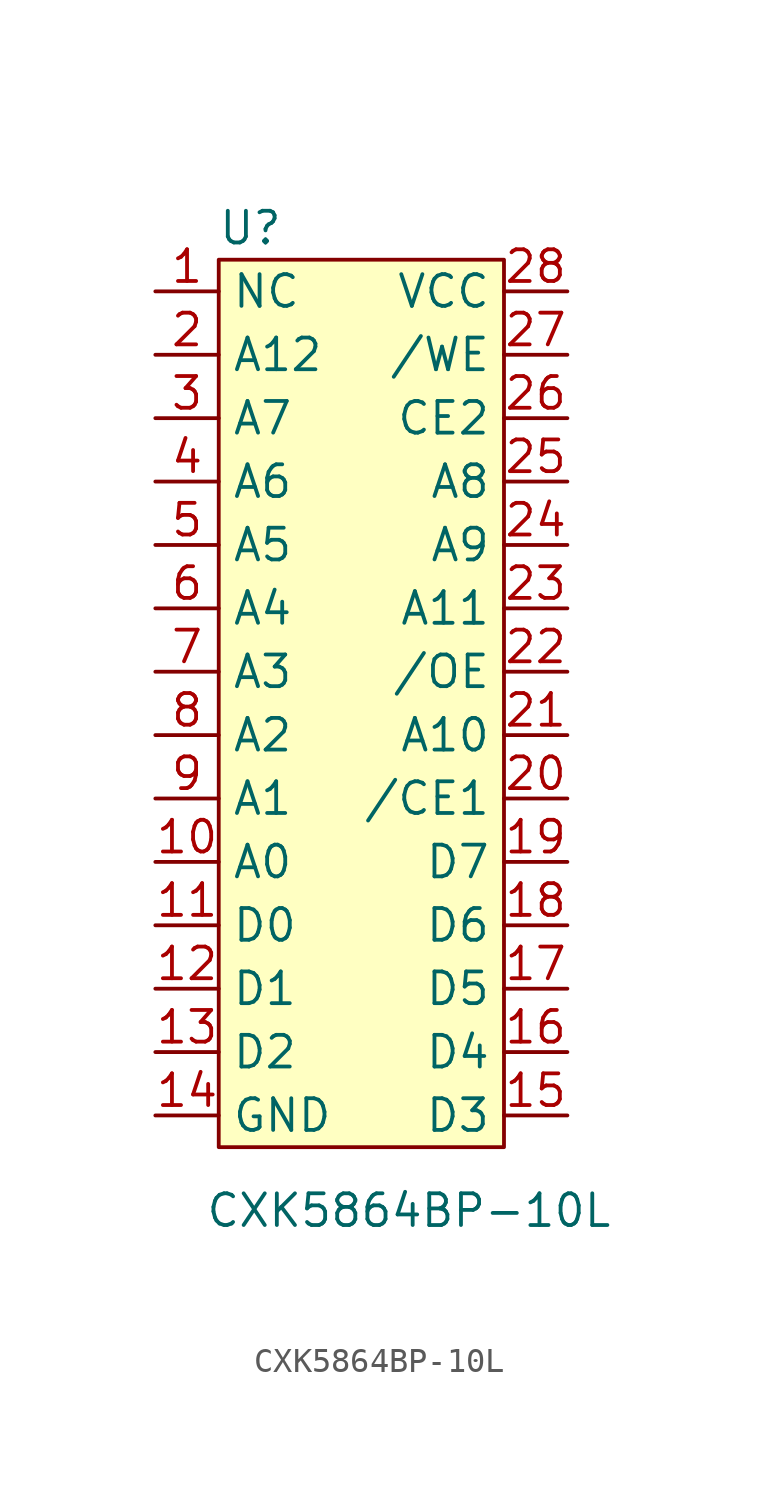
<source format=kicad_sym>
(kicad_symbol_lib
  (version 20211014)
  (generator kicad_symbol_editor)
  (symbol "CXK5864BP-10L"
    (property "Reference" "U"
      (at 1.27 36.83 0)
      (effects (font (size 1.27 1.27))))
    (property "Value" "CXK5864BP-10L"
      (at 7.62 -2.54 0)
      (effects (font (size 1.27 1.27))))
    (symbol "CXK5864BP-10L_0_1"
      (rectangle (start 0 35.56) (end 11.43 0) (stroke (width 0) (type default) (color 0 0 0 0)) (fill (type background))))
    (symbol "CXK5864BP-10L_1_1"
      (pin input line (at -2.54 34.29 0) (length 2.54) (name "NC" (effects (font (size 1.27 1.27)))) (number "1" (effects (font (size 1.27 1.27)))))
      (pin input line (at -2.54 11.43 0) (length 2.54) (name "A0" (effects (font (size 1.27 1.27)))) (number "10" (effects (font (size 1.27 1.27)))))
      (pin input line (at -2.54 8.89 0) (length 2.54) (name "D0" (effects (font (size 1.27 1.27)))) (number "11" (effects (font (size 1.27 1.27)))))
      (pin input line (at -2.54 6.35 0) (length 2.54) (name "D1" (effects (font (size 1.27 1.27)))) (number "12" (effects (font (size 1.27 1.27)))))
      (pin input line (at -2.54 3.81 0) (length 2.54) (name "D2" (effects (font (size 1.27 1.27)))) (number "13" (effects (font (size 1.27 1.27)))))
      (pin input line (at -2.54 1.27 0) (length 2.54) (name "GND" (effects (font (size 1.27 1.27)))) (number "14" (effects (font (size 1.27 1.27)))))
      (pin input line (at 13.97 1.27 180) (length 2.54) (name "D3" (effects (font (size 1.27 1.27)))) (number "15" (effects (font (size 1.27 1.27)))))
      (pin input line (at 13.97 3.81 180) (length 2.54) (name "D4" (effects (font (size 1.27 1.27)))) (number "16" (effects (font (size 1.27 1.27)))))
      (pin input line (at 13.97 6.35 180) (length 2.54) (name "D5" (effects (font (size 1.27 1.27)))) (number "17" (effects (font (size 1.27 1.27)))))
      (pin input line (at 13.97 8.89 180) (length 2.54) (name "D6" (effects (font (size 1.27 1.27)))) (number "18" (effects (font (size 1.27 1.27)))))
      (pin input line (at 13.97 11.43 180) (length 2.54) (name "D7" (effects (font (size 1.27 1.27)))) (number "19" (effects (font (size 1.27 1.27)))))
      (pin input line (at -2.54 31.75 0) (length 2.54) (name "A12" (effects (font (size 1.27 1.27)))) (number "2" (effects (font (size 1.27 1.27)))))
      (pin input line (at 13.97 13.97 180) (length 2.54) (name "/CE1" (effects (font (size 1.27 1.27)))) (number "20" (effects (font (size 1.27 1.27)))))
      (pin input line (at 13.97 16.51 180) (length 2.54) (name "A10" (effects (font (size 1.27 1.27)))) (number "21" (effects (font (size 1.27 1.27)))))
      (pin input line (at 13.97 19.05 180) (length 2.54) (name "/OE" (effects (font (size 1.27 1.27)))) (number "22" (effects (font (size 1.27 1.27)))))
      (pin input line (at 13.97 21.59 180) (length 2.54) (name "A11" (effects (font (size 1.27 1.27)))) (number "23" (effects (font (size 1.27 1.27)))))
      (pin input line (at 13.97 24.13 180) (length 2.54) (name "A9" (effects (font (size 1.27 1.27)))) (number "24" (effects (font (size 1.27 1.27)))))
      (pin input line (at 13.97 26.67 180) (length 2.54) (name "A8" (effects (font (size 1.27 1.27)))) (number "25" (effects (font (size 1.27 1.27)))))
      (pin input line (at 13.97 29.21 180) (length 2.54) (name "CE2" (effects (font (size 1.27 1.27)))) (number "26" (effects (font (size 1.27 1.27)))))
      (pin input line (at 13.97 31.75 180) (length 2.54) (name "/WE" (effects (font (size 1.27 1.27)))) (number "27" (effects (font (size 1.27 1.27)))))
      (pin input line (at 13.97 34.29 180) (length 2.54) (name "VCC" (effects (font (size 1.27 1.27)))) (number "28" (effects (font (size 1.27 1.27)))))
      (pin input line (at -2.54 29.21 0) (length 2.54) (name "A7" (effects (font (size 1.27 1.27)))) (number "3" (effects (font (size 1.27 1.27)))))
      (pin input line (at -2.54 26.67 0) (length 2.54) (name "A6" (effects (font (size 1.27 1.27)))) (number "4" (effects (font (size 1.27 1.27)))))
      (pin input line (at -2.54 24.13 0) (length 2.54) (name "A5" (effects (font (size 1.27 1.27)))) (number "5" (effects (font (size 1.27 1.27)))))
      (pin input line (at -2.54 21.59 0) (length 2.54) (name "A4" (effects (font (size 1.27 1.27)))) (number "6" (effects (font (size 1.27 1.27)))))
      (pin input line (at -2.54 19.05 0) (length 2.54) (name "A3" (effects (font (size 1.27 1.27)))) (number "7" (effects (font (size 1.27 1.27)))))
      (pin input line (at -2.54 16.51 0) (length 2.54) (name "A2" (effects (font (size 1.27 1.27)))) (number "8" (effects (font (size 1.27 1.27)))))
      (pin input line (at -2.54 13.97 0) (length 2.54) (name "A1" (effects (font (size 1.27 1.27)))) (number "9" (effects (font (size 1.27 1.27))))))))
</source>
